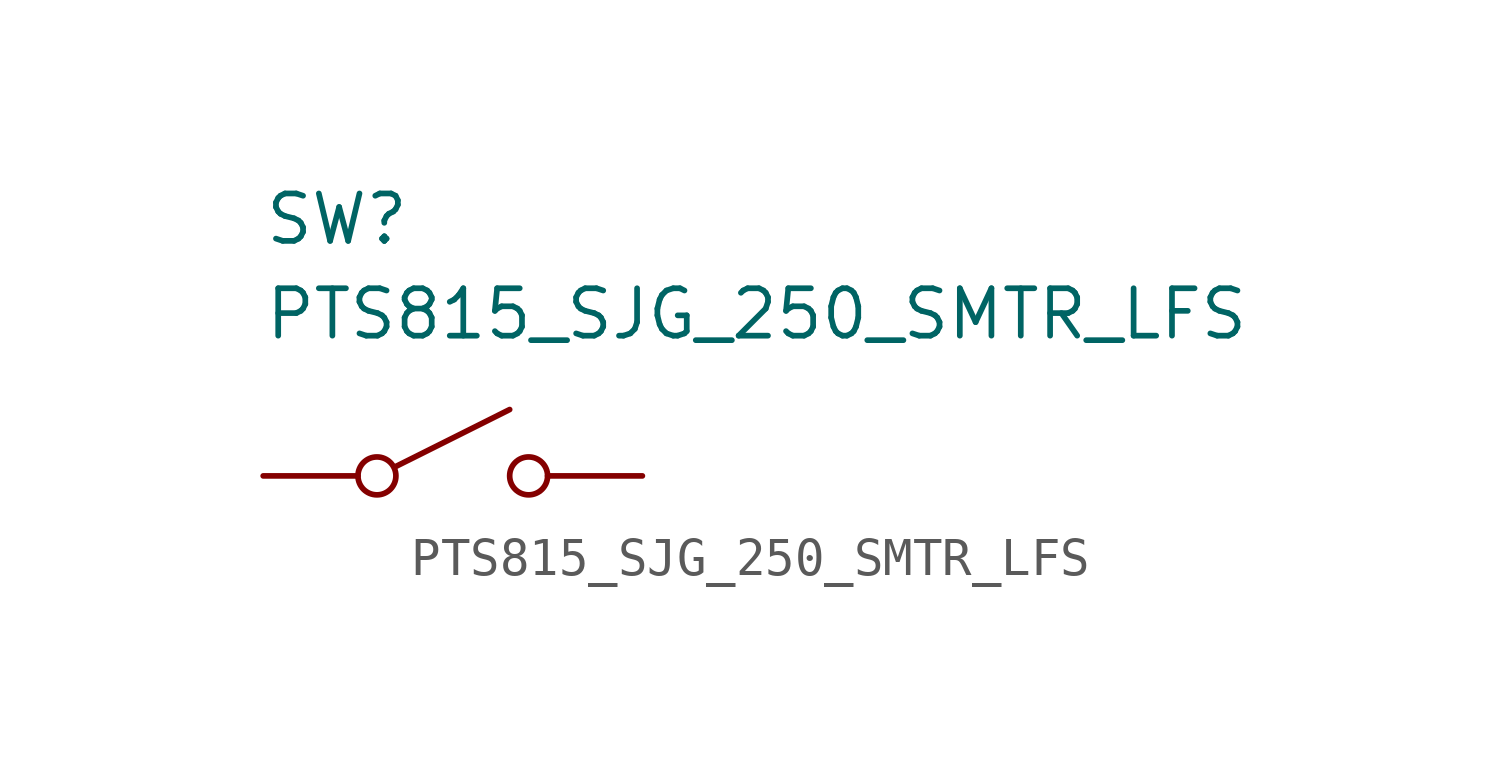
<source format=kicad_sym>
(kicad_symbol_lib
  (version 20220914)
  (generator kicad_symbol_editor)
  (symbol "PTS815_SJG_250_SMTR_LFS"
    (pin_numbers hide)
    (pin_names hide)
    (property "Reference" "SW"
      (at 0 7.62 0)
      (effects (font (size 1.27 1.27)) (justify left top)))
    (property "Value" "PTS815_SJG_250_SMTR_LFS"
      (at 0 5.08 0)
      (effects (font (size 1.27 1.27)) (justify left top)))
    (symbol "PTS815_SJG_250_SMTR_LFS_0_0"
      (polyline (pts (xy 3.556 0.254) (xy 6.604 1.778)) (stroke (width 0) (type default)) (fill (type none)))
      (circle (center 3.048 0) (radius 0.508) (stroke (width 0) (type default)) (fill (type none)))
      (circle (center 7.112 0) (radius 0.508) (stroke (width 0) (type default)) (fill (type none))))
    (symbol "PTS815_SJG_250_SMTR_LFS_1_1"
      (pin passive line (at 0 0 0) (length 2.54) (name "1" (effects (font (size 1.27 1.27)))) (number "1" (effects (font (size 1.27 1.27)))))
      (pin passive line (at 0 0 0) (length 2.54) hide (name "2" (effects (font (size 1.27 1.27)))) (number "2" (effects (font (size 1.27 1.27)))))
      (pin passive line (at 10.16 0 180) (length 2.54) (name "3" (effects (font (size 1.27 1.27)))) (number "3" (effects (font (size 1.27 1.27)))))
      (pin passive line (at 10.16 0 180) (length 2.54) hide (name "4" (effects (font (size 1.27 1.27)))) (number "4" (effects (font (size 1.27 1.27))))))))
</source>
